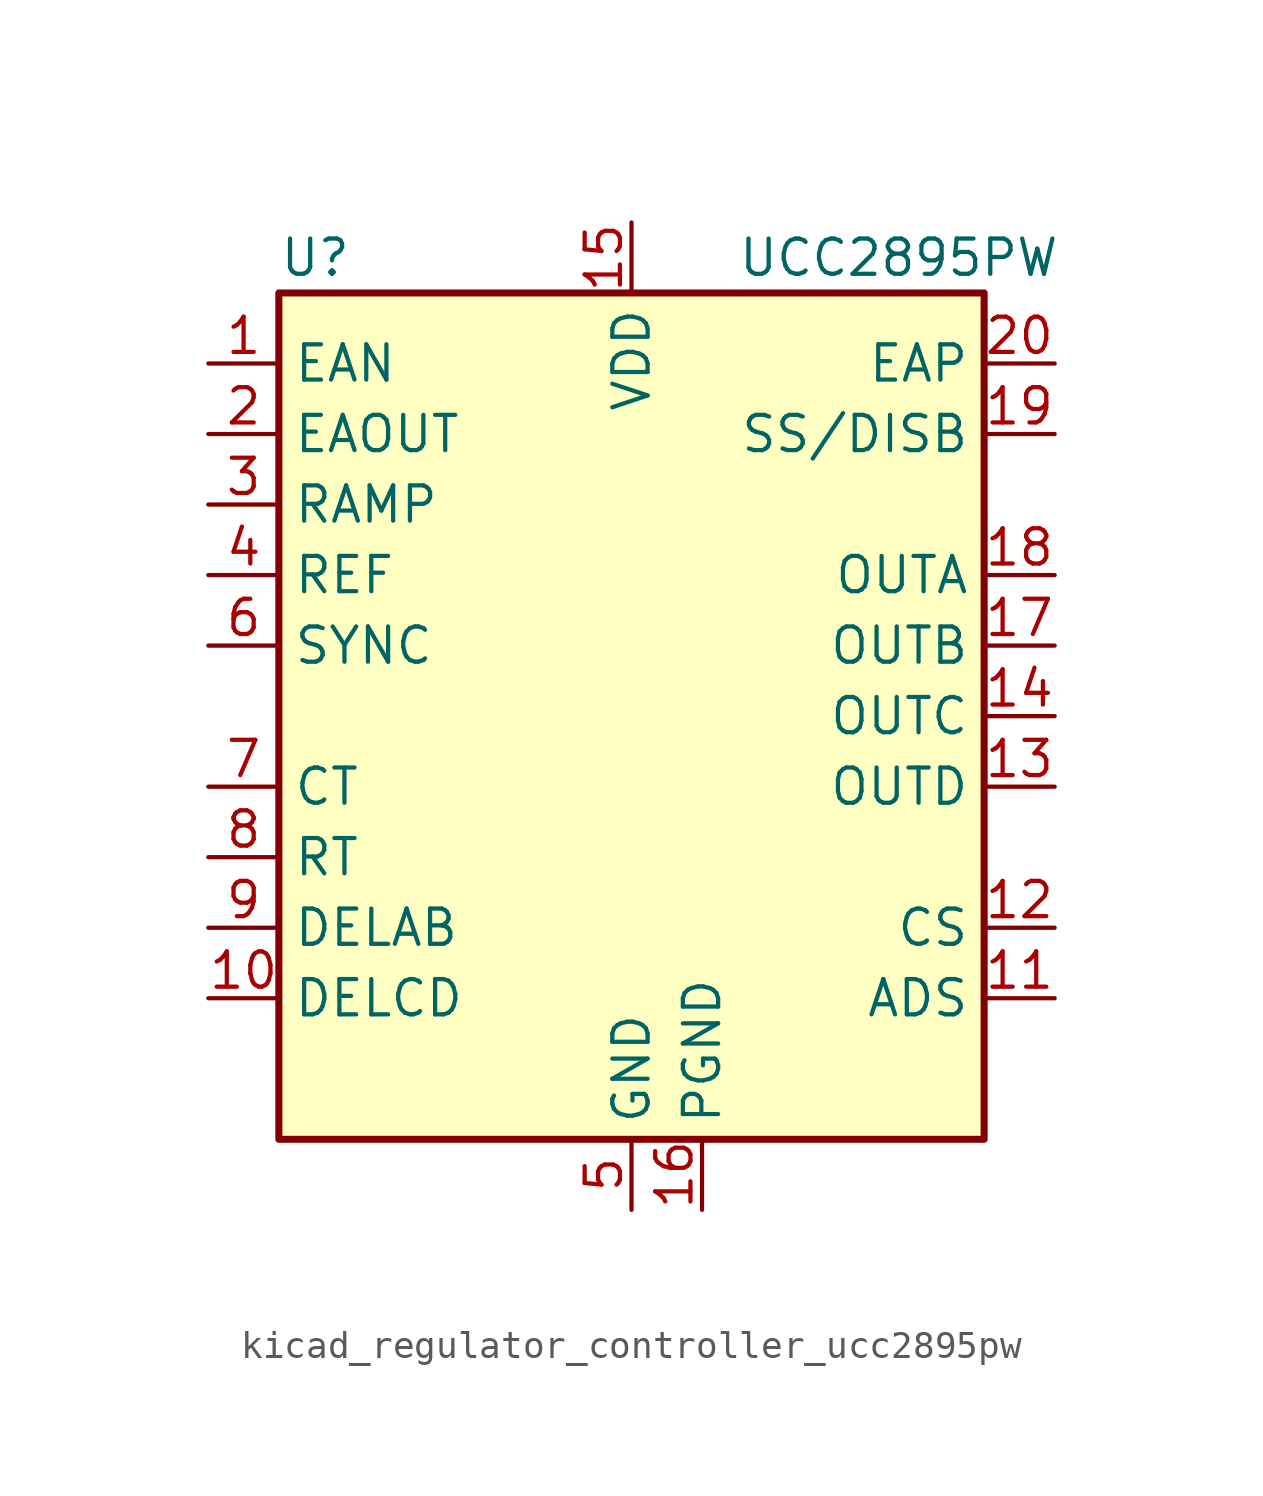
<source format=kicad_sym>
(kicad_symbol_lib
  (version 20220914)
  (generator kicad_symbol_editor)
  (symbol "kicad_regulator_controller_ucc2895pw"
    (property "Reference" "U"
      (at -12.7 16.51 0)
      (effects (font (size 1.27 1.27)) (justify left)))
    (property "Value" "UCC2895PW"
      (at 3.81 16.51 0)
      (effects (font (size 1.27 1.27)) (justify left)))
    (symbol "kicad_regulator_controller_ucc2895pw_0_1"
      (rectangle (start -12.7 15.24) (end 12.7 -15.24) (stroke (width 0.254) (type default)) (fill (type background))))
    (symbol "kicad_regulator_controller_ucc2895pw_1_1"
      (pin input line (at -15.24 12.7 0) (length 2.54) (name "EAN" (effects (font (size 1.27 1.27)))) (number "1" (effects (font (size 1.27 1.27)))))
      (pin passive line (at -15.24 -10.16 0) (length 2.54) (name "DELCD" (effects (font (size 1.27 1.27)))) (number "10" (effects (font (size 1.27 1.27)))))
      (pin input line (at 15.24 -10.16 180) (length 2.54) (name "ADS" (effects (font (size 1.27 1.27)))) (number "11" (effects (font (size 1.27 1.27)))))
      (pin input line (at 15.24 -7.62 180) (length 2.54) (name "CS" (effects (font (size 1.27 1.27)))) (number "12" (effects (font (size 1.27 1.27)))))
      (pin output line (at 15.24 -2.54 180) (length 2.54) (name "OUTD" (effects (font (size 1.27 1.27)))) (number "13" (effects (font (size 1.27 1.27)))))
      (pin output line (at 15.24 0 180) (length 2.54) (name "OUTC" (effects (font (size 1.27 1.27)))) (number "14" (effects (font (size 1.27 1.27)))))
      (pin power_in line (at 0 17.78 270) (length 2.54) (name "VDD" (effects (font (size 1.27 1.27)))) (number "15" (effects (font (size 1.27 1.27)))))
      (pin power_in line (at 2.54 -17.78 90) (length 2.54) (name "PGND" (effects (font (size 1.27 1.27)))) (number "16" (effects (font (size 1.27 1.27)))))
      (pin output line (at 15.24 2.54 180) (length 2.54) (name "OUTB" (effects (font (size 1.27 1.27)))) (number "17" (effects (font (size 1.27 1.27)))))
      (pin output line (at 15.24 5.08 180) (length 2.54) (name "OUTA" (effects (font (size 1.27 1.27)))) (number "18" (effects (font (size 1.27 1.27)))))
      (pin passive line (at 15.24 10.16 180) (length 2.54) (name "SS/DISB" (effects (font (size 1.27 1.27)))) (number "19" (effects (font (size 1.27 1.27)))))
      (pin bidirectional line (at -15.24 10.16 0) (length 2.54) (name "EAOUT" (effects (font (size 1.27 1.27)))) (number "2" (effects (font (size 1.27 1.27)))))
      (pin input line (at 15.24 12.7 180) (length 2.54) (name "EAP" (effects (font (size 1.27 1.27)))) (number "20" (effects (font (size 1.27 1.27)))))
      (pin input line (at -15.24 7.62 0) (length 2.54) (name "RAMP" (effects (font (size 1.27 1.27)))) (number "3" (effects (font (size 1.27 1.27)))))
      (pin output line (at -15.24 5.08 0) (length 2.54) (name "REF" (effects (font (size 1.27 1.27)))) (number "4" (effects (font (size 1.27 1.27)))))
      (pin power_in line (at 0 -17.78 90) (length 2.54) (name "GND" (effects (font (size 1.27 1.27)))) (number "5" (effects (font (size 1.27 1.27)))))
      (pin bidirectional line (at -15.24 2.54 0) (length 2.54) (name "SYNC" (effects (font (size 1.27 1.27)))) (number "6" (effects (font (size 1.27 1.27)))))
      (pin passive line (at -15.24 -2.54 0) (length 2.54) (name "CT" (effects (font (size 1.27 1.27)))) (number "7" (effects (font (size 1.27 1.27)))))
      (pin passive line (at -15.24 -5.08 0) (length 2.54) (name "RT" (effects (font (size 1.27 1.27)))) (number "8" (effects (font (size 1.27 1.27)))))
      (pin passive line (at -15.24 -7.62 0) (length 2.54) (name "DELAB" (effects (font (size 1.27 1.27)))) (number "9" (effects (font (size 1.27 1.27))))))))
</source>
